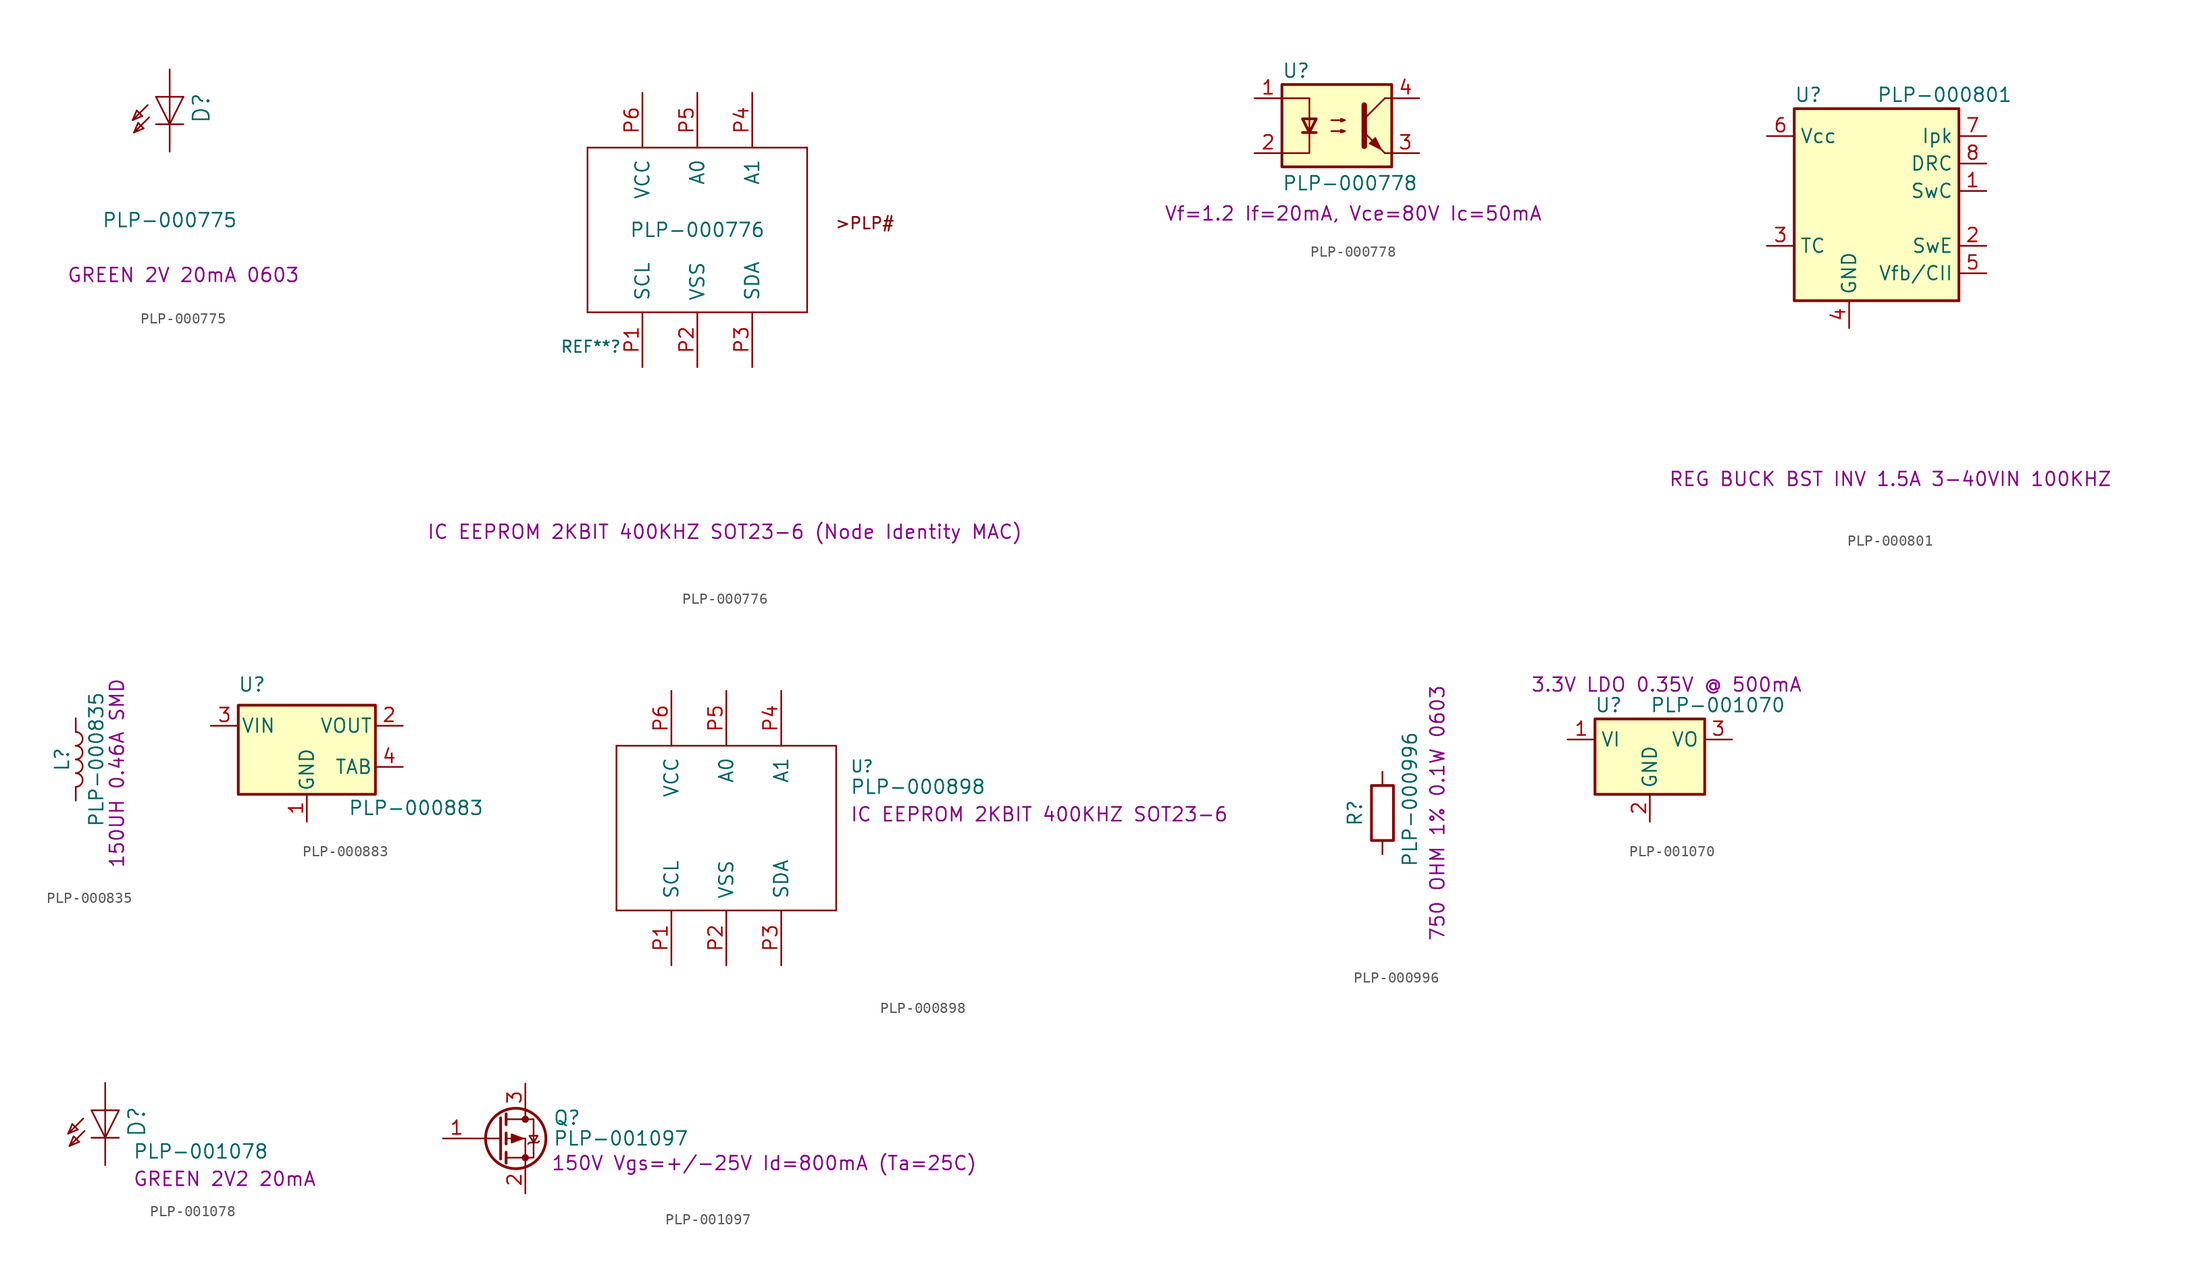
<source format=kicad_sym>
(kicad_symbol_lib
  (version 20241209)
  (generator "kicad_symbol_editor")
  (generator_version "9.0")
  (symbol "PLP-000775"
    (pin_names
      (offset 1.016))
    (property "Reference" "D"
      (at 3.81 -2.54 90)
      (effects (font (size 1.499 1.499)) (justify left bottom)))
    (property "Value" "PLP-000775"
      (at 0 -11.43 0)
      (effects (font (size 1.27 1.27))))
    (property "Info" "GREEN 2V 20mA 0603"
      (at 1.27 -16.51 0)
      (effects (font (size 1.27 1.27))))
    (symbol "PLP-000775_1_0"
      (polyline (pts (xy -3.429 -2.159) (xy -2.54 -1.778)) (stroke (width 0) (type default)) (fill (type none)))
      (polyline (pts (xy -3.302 -3.302) (xy -2.413 -2.921)) (stroke (width 0) (type default)) (fill (type none)))
      (polyline (pts (xy -3.048 -1.27) (xy -3.429 -2.159)) (stroke (width 0) (type default)) (fill (type none)))
      (polyline (pts (xy -2.921 -2.413) (xy -3.302 -3.302)) (stroke (width 0) (type default)) (fill (type none)))
      (polyline (pts (xy -2.54 -1.778) (xy -3.048 -1.27)) (stroke (width 0) (type default)) (fill (type none)))
      (polyline (pts (xy -2.413 -2.921) (xy -2.921 -2.413)) (stroke (width 0) (type default)) (fill (type none)))
      (polyline (pts (xy -2.032 -0.762) (xy -3.429 -2.159)) (stroke (width 0) (type default)) (fill (type none)))
      (polyline (pts (xy -1.905 -1.905) (xy -3.302 -3.302)) (stroke (width 0) (type default)) (fill (type none)))
      (polyline (pts (xy 0 0) (xy -1.27 0)) (stroke (width 0) (type default)) (fill (type none)))
      (polyline (pts (xy 0 0) (xy 0 -2.54)) (stroke (width 0) (type default)) (fill (type none)))
      (polyline (pts (xy 0 -2.54) (xy -1.27 0)) (stroke (width 0) (type default)) (fill (type none)))
      (polyline (pts (xy 0 -2.54) (xy -1.27 -2.54)) (stroke (width 0) (type default)) (fill (type none)))
      (polyline (pts (xy 1.27 0) (xy 0 0)) (stroke (width 0) (type default)) (fill (type none)))
      (polyline (pts (xy 1.27 0) (xy 0 -2.54)) (stroke (width 0) (type default)) (fill (type none)))
      (polyline (pts (xy 1.27 -2.54) (xy 0 -2.54)) (stroke (width 0) (type default)) (fill (type none)))
      (pin passive line (at 0 2.54 270) (length 2.54) (name "A" (effects (font (size 0 0)))) (number "A" (effects (font (size 0 0)))))
      (pin passive line (at 0 -5.08 90) (length 2.54) (name "C" (effects (font (size 0 0)))) (number "C" (effects (font (size 0 0)))))))
  (symbol "PLP-000776"
    (pin_names
      (offset 1.016))
    (property "Reference" "REF**"
      (at -12.7 -11.43 0)
      (effects (font (size 1.067 1.067)) (justify left bottom)))
    (property "Value" "PLP-000776"
      (at 0 0 0)
      (effects (font (size 1.27 1.27))))
    (property "Info" "IC EEPROM 2KBIT 400KHZ SOT23-6 (Node Identity MAC)"
      (at 2.54 -27.94 0)
      (effects (font (size 1.27 1.27))))
    (symbol "PLP-000776_1_0"
      (polyline (pts (xy -10.16 7.62) (xy 10.16 7.62)) (stroke (width 0) (type default)) (fill (type none)))
      (polyline (pts (xy -10.16 -7.62) (xy -10.16 7.62)) (stroke (width 0) (type default)) (fill (type none)))
      (polyline (pts (xy 10.16 7.62) (xy 10.16 -7.62)) (stroke (width 0) (type default)) (fill (type none)))
      (polyline (pts (xy 10.16 -7.62) (xy -10.16 -7.62)) (stroke (width 0) (type default)) (fill (type none)))
      (text ">PLP#" (at 12.7 0 0) (effects (font (size 1.067 1.067)) (justify left bottom)))
      (pin bidirectional line (at -5.08 12.7 270) (length 5.08) (name "VCC" (effects (font (size 1.27 1.27)))) (number "P6" (effects (font (size 1.27 1.27)))))
      (pin bidirectional line (at -5.08 -12.7 90) (length 5.08) (name "SCL" (effects (font (size 1.27 1.27)))) (number "P1" (effects (font (size 1.27 1.27)))))
      (pin bidirectional line (at 0 12.7 270) (length 5.08) (name "A0" (effects (font (size 1.27 1.27)))) (number "P5" (effects (font (size 1.27 1.27)))))
      (pin bidirectional line (at 0 -12.7 90) (length 5.08) (name "VSS" (effects (font (size 1.27 1.27)))) (number "P2" (effects (font (size 1.27 1.27)))))
      (pin bidirectional line (at 5.08 12.7 270) (length 5.08) (name "A1" (effects (font (size 1.27 1.27)))) (number "P4" (effects (font (size 1.27 1.27)))))
      (pin bidirectional line (at 5.08 -12.7 90) (length 5.08) (name "SDA" (effects (font (size 1.27 1.27)))) (number "P3" (effects (font (size 1.27 1.27)))))))
  (symbol "PLP-000778"
    (pin_names
      (offset 1.016))
    (property "Reference" "U"
      (at -5.08 5.08 0)
      (effects (font (size 1.27 1.27)) (justify left)))
    (property "Value" "PLP-000778"
      (at -5.08 -5.334 0)
      (effects (font (size 1.27 1.27)) (justify left)))
    (property "Info" "Vf=1.2 If=20mA, Vce=80V Ic=50mA"
      (at 1.524 -8.128 0)
      (effects (font (size 1.27 1.27))))
    (symbol "PLP-000778_0_1"
      (rectangle (start -5.08 3.81) (end 5.08 -3.81) (stroke (width 0.254) (type default)) (fill (type background)))
      (polyline (pts (xy -5.08 2.54) (xy -2.54 2.54) (xy -2.54 -0.762)) (stroke (width 0) (type default)) (fill (type none)))
      (polyline (pts (xy -3.175 -0.635) (xy -1.905 -0.635)) (stroke (width 0.254) (type default)) (fill (type none)))
      (polyline (pts (xy -2.54 -0.635) (xy -2.54 -2.54) (xy -5.08 -2.54)) (stroke (width 0) (type default)) (fill (type none)))
      (polyline (pts (xy -2.54 -0.635) (xy -3.175 0.635) (xy -1.905 0.635) (xy -2.54 -0.635)) (stroke (width 0.254) (type default)) (fill (type none)))
      (polyline (pts (xy -0.508 0.508) (xy 0.762 0.508) (xy 0.381 0.381) (xy 0.381 0.635) (xy 0.762 0.508)) (stroke (width 0) (type default)) (fill (type none)))
      (polyline (pts (xy -0.508 -0.508) (xy 0.762 -0.508) (xy 0.381 -0.635) (xy 0.381 -0.381) (xy 0.762 -0.508)) (stroke (width 0) (type default)) (fill (type none)))
      (polyline (pts (xy 2.54 1.905) (xy 2.54 -1.905) (xy 2.54 -1.905)) (stroke (width 0.508) (type default)) (fill (type none)))
      (polyline (pts (xy 2.54 0.635) (xy 4.445 2.54)) (stroke (width 0) (type default)) (fill (type none)))
      (polyline (pts (xy 3.048 -1.651) (xy 3.556 -1.143) (xy 4.064 -2.159) (xy 3.048 -1.651) (xy 3.048 -1.651)) (stroke (width 0) (type default)) (fill (type outline)))
      (polyline (pts (xy 4.445 2.54) (xy 5.08 2.54)) (stroke (width 0) (type default)) (fill (type none)))
      (polyline (pts (xy 4.445 -2.54) (xy 2.54 -0.635)) (stroke (width 0) (type default)) (fill (type outline)))
      (polyline (pts (xy 4.445 -2.54) (xy 5.08 -2.54)) (stroke (width 0) (type default)) (fill (type none))))
    (symbol "PLP-000778_1_1"
      (pin passive line (at -7.62 2.54 0) (length 2.54) (name "~" (effects (font (size 1.27 1.27)))) (number "1" (effects (font (size 1.27 1.27)))))
      (pin passive line (at -7.62 -2.54 0) (length 2.54) (name "~" (effects (font (size 1.27 1.27)))) (number "2" (effects (font (size 1.27 1.27)))))
      (pin passive line (at 7.62 2.54 180) (length 2.54) (name "~" (effects (font (size 1.27 1.27)))) (number "4" (effects (font (size 1.27 1.27)))))
      (pin passive line (at 7.62 -2.54 180) (length 2.54) (name "~" (effects (font (size 1.27 1.27)))) (number "3" (effects (font (size 1.27 1.27)))))))
  (symbol "PLP-000801"
    (property "Reference" "U"
      (at -7.62 8.89 0)
      (effects (font (size 1.27 1.27)) (justify left)))
    (property "Value" "PLP-000801"
      (at 0 8.89 0)
      (effects (font (size 1.27 1.27)) (justify left)))
    (property "Info" "REG BUCK BST INV 1.5A 3-40VIN 100KHZ"
      (at 1.27 -26.67 0)
      (effects (font (size 1.27 1.27))))
    (symbol "PLP-000801_0_1"
      (rectangle (start -7.62 7.62) (end 7.62 -10.16) (stroke (width 0.254) (type default)) (fill (type background))))
    (symbol "PLP-000801_1_1"
      (pin power_in line (at -10.16 5.08 0) (length 2.54) (name "Vcc" (effects (font (size 1.27 1.27)))) (number "6" (effects (font (size 1.27 1.27)))))
      (pin passive line (at -10.16 -5.08 0) (length 2.54) (name "TC" (effects (font (size 1.27 1.27)))) (number "3" (effects (font (size 1.27 1.27)))))
      (pin power_in line (at -2.54 -12.7 90) (length 2.54) (name "GND" (effects (font (size 1.27 1.27)))) (number "4" (effects (font (size 1.27 1.27)))))
      (pin input line (at 10.16 5.08 180) (length 2.54) (name "Ipk" (effects (font (size 1.27 1.27)))) (number "7" (effects (font (size 1.27 1.27)))))
      (pin open_collector line (at 10.16 2.54 180) (length 2.54) (name "DRC" (effects (font (size 1.27 1.27)))) (number "8" (effects (font (size 1.27 1.27)))))
      (pin open_collector line (at 10.16 0 180) (length 2.54) (name "SwC" (effects (font (size 1.27 1.27)))) (number "1" (effects (font (size 1.27 1.27)))))
      (pin open_emitter line (at 10.16 -5.08 180) (length 2.54) (name "SwE" (effects (font (size 1.27 1.27)))) (number "2" (effects (font (size 1.27 1.27)))))
      (pin input line (at 10.16 -7.62 180) (length 2.54) (name "Vfb/CII" (effects (font (size 1.27 1.27)))) (number "5" (effects (font (size 1.27 1.27)))))))
  (symbol "PLP-000835"
    (pin_numbers
      (hide yes))
    (pin_names
      (offset 1.016)
      (hide yes))
    (property "Reference" "L"
      (at -1.27 0 90)
      (effects (font (size 1.27 1.27))))
    (property "Value" "PLP-000835"
      (at 1.905 0 90)
      (effects (font (size 1.27 1.27))))
    (property "Info" "150UH 0.46A SMD"
      (at 3.81 -1.27 90)
      (effects (font (size 1.27 1.27))))
    (symbol "PLP-000835_0_1"
      (arc (start 0 2.54) (mid 0.6323 1.905) (end 0 1.27) (stroke (width 0) (type default)) (fill (type none)))
      (arc (start 0 1.27) (mid 0.6323 0.635) (end 0 0) (stroke (width 0) (type default)) (fill (type none)))
      (arc (start 0 0) (mid 0.6323 -0.635) (end 0 -1.27) (stroke (width 0) (type default)) (fill (type none)))
      (arc (start 0 -1.27) (mid 0.6323 -1.905) (end 0 -2.54) (stroke (width 0) (type default)) (fill (type none))))
    (symbol "PLP-000835_1_1"
      (pin passive line (at 0 3.81 270) (length 1.27) (name "1" (effects (font (size 1.27 1.27)))) (number "1" (effects (font (size 1.27 1.27)))))
      (pin passive line (at 0 -3.81 90) (length 1.27) (name "2" (effects (font (size 1.27 1.27)))) (number "2" (effects (font (size 1.27 1.27)))))))
  (symbol "PLP-000883"
    (pin_names
      (offset 0.254))
    (property "Reference" "U"
      (at -5.08 3.81 0)
      (effects (font (size 1.27 1.27))))
    (property "Value" "PLP-000883"
      (at 3.81 -7.62 0)
      (effects (font (size 1.27 1.27)) (justify left)))
    (symbol "PLP-000883_0_1"
      (rectangle (start -6.35 -6.35) (end 6.35 1.905) (stroke (width 0.254) (type default)) (fill (type background))))
    (symbol "PLP-000883_1_1"
      (pin power_in line (at -8.89 0 0) (length 2.54) (name "VIN" (effects (font (size 1.27 1.27)))) (number "3" (effects (font (size 1.27 1.27)))))
      (pin power_in line (at 0 -8.89 90) (length 2.54) (name "GND" (effects (font (size 1.27 1.27)))) (number "1" (effects (font (size 1.27 1.27)))))
      (pin power_out line (at 8.89 0 180) (length 2.54) (name "VOUT" (effects (font (size 1.27 1.27)))) (number "2" (effects (font (size 1.27 1.27)))))
      (pin power_out line (at 8.89 -3.81 180) (length 2.54) (name "TAB" (effects (font (size 1.27 1.27)))) (number "4" (effects (font (size 1.27 1.27)))))))
  (symbol "PLP-000898"
    (pin_names
      (offset 1.016))
    (property "Reference" "U"
      (at 11.43 5.08 0)
      (effects (font (size 1.067 1.067)) (justify left bottom)))
    (property "Value" "PLP-000898"
      (at 11.43 3.81 0)
      (effects (font (size 1.27 1.27)) (justify left)))
    (property "INFO" "IC EEPROM 2KBIT 400KHZ SOT23-6"
      (at 11.43 1.27 0)
      (effects (font (size 1.27 1.27)) (justify left)))
    (symbol "PLP-000898_1_0"
      (polyline (pts (xy -10.16 7.62) (xy 10.16 7.62)) (stroke (width 0) (type default)) (fill (type none)))
      (polyline (pts (xy -10.16 -7.62) (xy -10.16 7.62)) (stroke (width 0) (type default)) (fill (type none)))
      (polyline (pts (xy 10.16 7.62) (xy 10.16 -7.62)) (stroke (width 0) (type default)) (fill (type none)))
      (polyline (pts (xy 10.16 -7.62) (xy -10.16 -7.62)) (stroke (width 0) (type default)) (fill (type none)))
      (pin bidirectional line (at -5.08 12.7 270) (length 5.08) (name "VCC" (effects (font (size 1.27 1.27)))) (number "P6" (effects (font (size 1.27 1.27)))))
      (pin bidirectional line (at -5.08 -12.7 90) (length 5.08) (name "SCL" (effects (font (size 1.27 1.27)))) (number "P1" (effects (font (size 1.27 1.27)))))
      (pin bidirectional line (at 0 12.7 270) (length 5.08) (name "A0" (effects (font (size 1.27 1.27)))) (number "P5" (effects (font (size 1.27 1.27)))))
      (pin bidirectional line (at 0 -12.7 90) (length 5.08) (name "VSS" (effects (font (size 1.27 1.27)))) (number "P2" (effects (font (size 1.27 1.27)))))
      (pin bidirectional line (at 5.08 12.7 270) (length 5.08) (name "A1" (effects (font (size 1.27 1.27)))) (number "P4" (effects (font (size 1.27 1.27)))))
      (pin bidirectional line (at 5.08 -12.7 90) (length 5.08) (name "SDA" (effects (font (size 1.27 1.27)))) (number "P3" (effects (font (size 1.27 1.27)))))))
  (symbol "PLP-000996"
    (pin_numbers
      (hide yes))
    (pin_names
      (offset 0))
    (property "Reference" "R"
      (at -2.54 0 90)
      (effects (font (size 1.27 1.27))))
    (property "Value" "PLP-000996"
      (at 2.54 1.27 90)
      (effects (font (size 1.27 1.27))))
    (property "Info" "750 OHM 1% 0.1W 0603"
      (at 5.08 0 90)
      (effects (font (size 1.27 1.27))))
    (symbol "PLP-000996_0_1"
      (rectangle (start -1.016 -2.54) (end 1.016 2.54) (stroke (width 0.254) (type default)) (fill (type none))))
    (symbol "PLP-000996_1_1"
      (pin passive line (at 0 3.81 270) (length 1.27) (name "~" (effects (font (size 1.27 1.27)))) (number "1" (effects (font (size 1.27 1.27)))))
      (pin passive line (at 0 -3.81 90) (length 1.27) (name "~" (effects (font (size 1.27 1.27)))) (number "2" (effects (font (size 1.27 1.27)))))))
  (symbol "PLP-001070"
    (property "Reference" "U"
      (at -3.81 3.175 0)
      (effects (font (size 1.27 1.27))))
    (property "Value" "PLP-001070"
      (at 0 3.175 0)
      (effects (font (size 1.27 1.27)) (justify left)))
    (property "Info" "3.3V LDO 0.35V @ 500mA "
      (at 2.032 5.08 0)
      (effects (font (size 1.27 1.27))))
    (symbol "PLP-001070_0_1"
      (rectangle (start -5.08 1.905) (end 5.08 -5.08) (stroke (width 0.254) (type default)) (fill (type background))))
    (symbol "PLP-001070_1_1"
      (pin power_in line (at -7.62 0 0) (length 2.54) (name "VI" (effects (font (size 1.27 1.27)))) (number "1" (effects (font (size 1.27 1.27)))))
      (pin power_in line (at 0 -7.62 90) (length 2.54) (name "GND" (effects (font (size 1.27 1.27)))) (number "2" (effects (font (size 1.27 1.27)))))
      (pin power_out line (at 7.62 0 180) (length 2.54) (name "VO" (effects (font (size 1.27 1.27)))) (number "3" (effects (font (size 1.27 1.27)))))))
  (symbol "PLP-001078"
    (pin_names
      (offset 1.016))
    (property "Reference" "D"
      (at 3.81 -2.54 90)
      (effects (font (size 1.499 1.499)) (justify left bottom)))
    (property "Value" "PLP-001078"
      (at 2.54 -3.81 0)
      (effects (font (size 1.27 1.27)) (justify left)))
    (property "Info" "GREEN 2V2 20mA"
      (at 2.54 -6.35 0)
      (effects (font (size 1.27 1.27)) (justify left)))
    (symbol "PLP-001078_1_0"
      (polyline (pts (xy -3.429 -2.159) (xy -2.54 -1.778)) (stroke (width 0) (type default)) (fill (type none)))
      (polyline (pts (xy -3.302 -3.302) (xy -2.413 -2.921)) (stroke (width 0) (type default)) (fill (type none)))
      (polyline (pts (xy -3.048 -1.27) (xy -3.429 -2.159)) (stroke (width 0) (type default)) (fill (type none)))
      (polyline (pts (xy -2.921 -2.413) (xy -3.302 -3.302)) (stroke (width 0) (type default)) (fill (type none)))
      (polyline (pts (xy -2.54 -1.778) (xy -3.048 -1.27)) (stroke (width 0) (type default)) (fill (type none)))
      (polyline (pts (xy -2.413 -2.921) (xy -2.921 -2.413)) (stroke (width 0) (type default)) (fill (type none)))
      (polyline (pts (xy -2.032 -0.762) (xy -3.429 -2.159)) (stroke (width 0) (type default)) (fill (type none)))
      (polyline (pts (xy -1.905 -1.905) (xy -3.302 -3.302)) (stroke (width 0) (type default)) (fill (type none)))
      (polyline (pts (xy 0 0) (xy -1.27 0)) (stroke (width 0) (type default)) (fill (type none)))
      (polyline (pts (xy 0 0) (xy 0 -2.54)) (stroke (width 0) (type default)) (fill (type none)))
      (polyline (pts (xy 0 -2.54) (xy -1.27 0)) (stroke (width 0) (type default)) (fill (type none)))
      (polyline (pts (xy 0 -2.54) (xy -1.27 -2.54)) (stroke (width 0) (type default)) (fill (type none)))
      (polyline (pts (xy 1.27 0) (xy 0 0)) (stroke (width 0) (type default)) (fill (type none)))
      (polyline (pts (xy 1.27 0) (xy 0 -2.54)) (stroke (width 0) (type default)) (fill (type none)))
      (polyline (pts (xy 1.27 -2.54) (xy 0 -2.54)) (stroke (width 0) (type default)) (fill (type none)))
      (pin passive line (at 0 2.54 270) (length 2.54) (name "A" (effects (font (size 0 0)))) (number "A" (effects (font (size 0 0)))))
      (pin passive line (at 0 -5.08 90) (length 2.54) (name "C" (effects (font (size 0 0)))) (number "C" (effects (font (size 0 0)))))))
  (symbol "PLP-001097"
    (pin_names
      (hide yes))
    (property "Reference" "Q"
      (at 5.08 1.905 0)
      (effects (font (size 1.27 1.27)) (justify left)))
    (property "Value" "PLP-001097"
      (at 5.08 0 0)
      (effects (font (size 1.27 1.27)) (justify left)))
    (property "Info" "150V Vgs=+/-25V Id=800mA (Ta=25C)"
      (at 24.638 -2.286 0)
      (effects (font (size 1.27 1.27))))
    (symbol "PLP-001097_0_1"
      (polyline (pts (xy 0.254 1.905) (xy 0.254 -1.905)) (stroke (width 0.254) (type default)) (fill (type none)))
      (polyline (pts (xy 0.254 0) (xy -2.54 0)) (stroke (width 0) (type default)) (fill (type none)))
      (polyline (pts (xy 0.762 2.286) (xy 0.762 1.27)) (stroke (width 0.254) (type default)) (fill (type none)))
      (polyline (pts (xy 0.762 1.778) (xy 3.302 1.778) (xy 3.302 -1.778) (xy 0.762 -1.778)) (stroke (width 0) (type default)) (fill (type none)))
      (polyline (pts (xy 0.762 0.508) (xy 0.762 -0.508)) (stroke (width 0.254) (type default)) (fill (type none)))
      (polyline (pts (xy 0.762 -1.27) (xy 0.762 -2.286)) (stroke (width 0.254) (type default)) (fill (type none)))
      (circle (center 1.651 0) (radius 2.794) (stroke (width 0.254) (type default)) (fill (type none)))
      (polyline (pts (xy 2.286 0) (xy 1.27 0.381) (xy 1.27 -0.381) (xy 2.286 0)) (stroke (width 0) (type default)) (fill (type outline)))
      (polyline (pts (xy 2.54 2.54) (xy 2.54 1.778)) (stroke (width 0) (type default)) (fill (type none)))
      (circle (center 2.54 1.778) (radius 0.254) (stroke (width 0) (type default)) (fill (type outline)))
      (circle (center 2.54 -1.778) (radius 0.254) (stroke (width 0) (type default)) (fill (type outline)))
      (polyline (pts (xy 2.54 -2.54) (xy 2.54 0) (xy 0.762 0)) (stroke (width 0) (type default)) (fill (type none)))
      (polyline (pts (xy 2.794 -0.508) (xy 2.921 -0.381) (xy 3.683 -0.381) (xy 3.81 -0.254)) (stroke (width 0) (type default)) (fill (type none)))
      (polyline (pts (xy 3.302 -0.381) (xy 2.921 0.254) (xy 3.683 0.254) (xy 3.302 -0.381)) (stroke (width 0) (type default)) (fill (type none))))
    (symbol "PLP-001097_1_1"
      (pin input line (at -5.08 0 0) (length 2.54) (name "G" (effects (font (size 1.27 1.27)))) (number "1" (effects (font (size 1.27 1.27)))))
      (pin passive line (at 2.54 5.08 270) (length 2.54) (name "D" (effects (font (size 1.27 1.27)))) (number "3" (effects (font (size 1.27 1.27)))))
      (pin passive line (at 2.54 -5.08 90) (length 2.54) (name "S" (effects (font (size 1.27 1.27)))) (number "2" (effects (font (size 1.27 1.27))))))))
</source>
